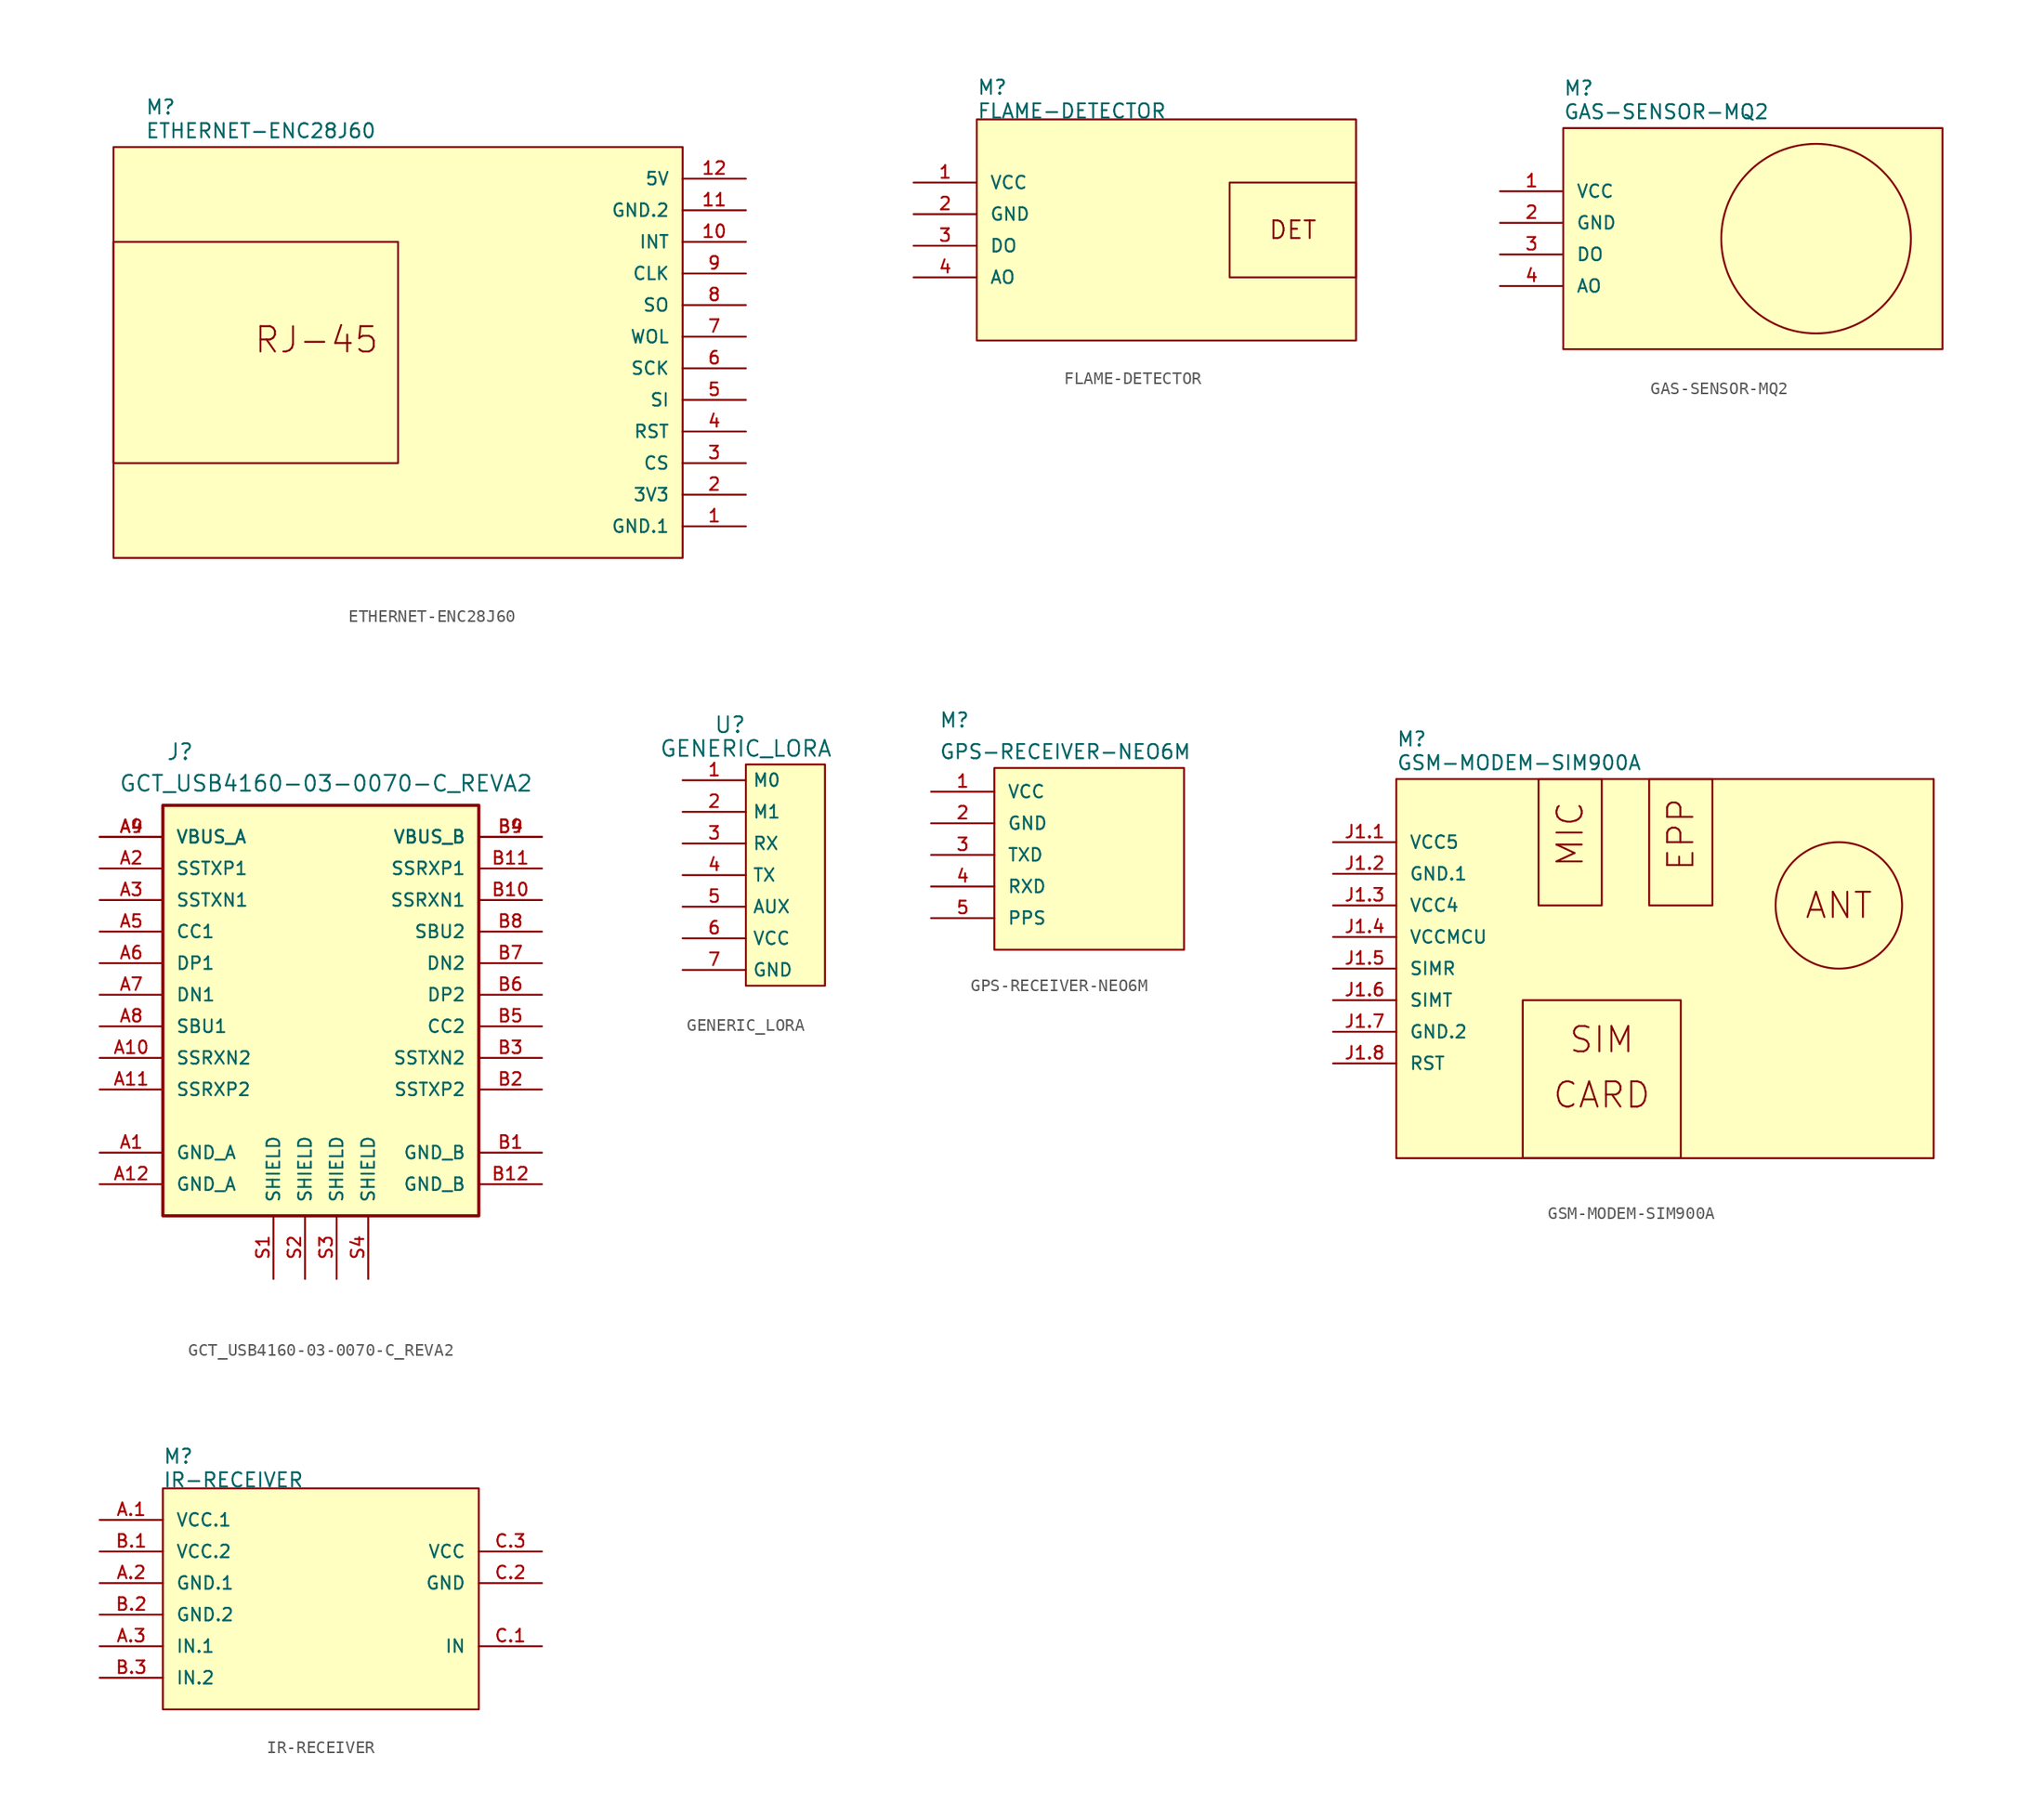
<source format=kicad_sym>
(kicad_symbol_lib
  (version 20231120)
  (generator "kicad_symbol_editor")
  (generator_version "8.0")
  (symbol "ETHERNET-ENC28J60"
    (pin_names
      (offset 1.016))
    (property "Reference" "M"
      (at -22.86 20.32 0)
      (effects (font (size 1.143 1.143)) (justify left bottom)))
    (property "Value" "ETHERNET-ENC28J60"
      (at -22.86 18.415 0)
      (effects (font (size 1.143 1.143)) (justify left bottom)))
    (property "ki_locked" ""
      (at 0 0 0)
      (effects (font (size 1.27 1.27))))
    (symbol "ETHERNET-ENC28J60_1_0"
      (rectangle (start -2.54 10.16) (end -25.4 -7.62) (stroke (width 0) (type default)) (fill (type none)))
      (rectangle (start 20.32 17.78) (end -25.4 -15.24) (stroke (width 0) (type default)) (fill (type background)))
      (text "RJ-45" (at -9.093 2.286 0) (effects (font (size 2.032 2.032)))))
    (symbol "ETHERNET-ENC28J60_1_1"
      (pin power_in line (at 25.4 -12.7 180) (length 5.08) (name "GND.1" (effects (font (size 1.016 1.016)))) (number "1" (effects (font (size 1.016 1.016)))))
      (pin bidirectional line (at 25.4 10.16 180) (length 5.08) (name "INT" (effects (font (size 1.016 1.016)))) (number "10" (effects (font (size 1.016 1.016)))))
      (pin power_in line (at 25.4 12.7 180) (length 5.08) (name "GND.2" (effects (font (size 1.016 1.016)))) (number "11" (effects (font (size 1.016 1.016)))))
      (pin power_in line (at 25.4 15.24 180) (length 5.08) (name "5V" (effects (font (size 1.016 1.016)))) (number "12" (effects (font (size 1.016 1.016)))))
      (pin power_in line (at 25.4 -10.16 180) (length 5.08) (name "3V3" (effects (font (size 1.016 1.016)))) (number "2" (effects (font (size 1.016 1.016)))))
      (pin bidirectional line (at 25.4 -7.62 180) (length 5.08) (name "CS" (effects (font (size 1.016 1.016)))) (number "3" (effects (font (size 1.016 1.016)))))
      (pin bidirectional line (at 25.4 -5.08 180) (length 5.08) (name "RST" (effects (font (size 1.016 1.016)))) (number "4" (effects (font (size 1.016 1.016)))))
      (pin bidirectional line (at 25.4 -2.54 180) (length 5.08) (name "SI" (effects (font (size 1.016 1.016)))) (number "5" (effects (font (size 1.016 1.016)))))
      (pin bidirectional line (at 25.4 0 180) (length 5.08) (name "SCK" (effects (font (size 1.016 1.016)))) (number "6" (effects (font (size 1.016 1.016)))))
      (pin bidirectional line (at 25.4 2.54 180) (length 5.08) (name "WOL" (effects (font (size 1.016 1.016)))) (number "7" (effects (font (size 1.016 1.016)))))
      (pin bidirectional line (at 25.4 5.08 180) (length 5.08) (name "SO" (effects (font (size 1.016 1.016)))) (number "8" (effects (font (size 1.016 1.016)))))
      (pin bidirectional line (at 25.4 7.62 180) (length 5.08) (name "CLK" (effects (font (size 1.016 1.016)))) (number "9" (effects (font (size 1.016 1.016)))))))
  (symbol "FLAME-DETECTOR"
    (pin_names
      (offset 1.016))
    (property "Reference" "M"
      (at -15.24 12.065 0)
      (effects (font (size 1.143 1.143)) (justify left bottom)))
    (property "Value" "FLAME-DETECTOR"
      (at -15.24 10.16 0)
      (effects (font (size 1.143 1.143)) (justify left bottom)))
    (property "ki_locked" ""
      (at 0 0 0)
      (effects (font (size 1.27 1.27))))
    (symbol "FLAME-DETECTOR_1_0"
      (rectangle (start -15.24 -7.62) (end 15.24 10.16) (stroke (width 0) (type default)) (fill (type background)))
      (rectangle (start 5.08 5.08) (end 15.24 -2.54) (stroke (width 0) (type default)) (fill (type none)))
      (text "DET" (at 10.16 1.27 0) (effects (font (size 1.422 1.422)))))
    (symbol "FLAME-DETECTOR_1_1"
      (pin power_in line (at -20.32 5.08 0) (length 5.08) (name "VCC" (effects (font (size 1.016 1.016)))) (number "1" (effects (font (size 1.016 1.016)))))
      (pin power_in line (at -20.32 2.54 0) (length 5.08) (name "GND" (effects (font (size 1.016 1.016)))) (number "2" (effects (font (size 1.016 1.016)))))
      (pin bidirectional line (at -20.32 0 0) (length 5.08) (name "DO" (effects (font (size 1.016 1.016)))) (number "3" (effects (font (size 1.016 1.016)))))
      (pin bidirectional line (at -20.32 -2.54 0) (length 5.08) (name "AO" (effects (font (size 1.016 1.016)))) (number "4" (effects (font (size 1.016 1.016)))))))
  (symbol "GAS-SENSOR-MQ2"
    (pin_names
      (offset 1.016))
    (property "Reference" "M"
      (at -15.24 10.16 0)
      (effects (font (size 1.143 1.143)) (justify left bottom)))
    (property "Value" "GAS-SENSOR-MQ2"
      (at -15.24 8.255 0)
      (effects (font (size 1.143 1.143)) (justify left bottom)))
    (property "ki_locked" ""
      (at 0 0 0)
      (effects (font (size 1.27 1.27))))
    (symbol "GAS-SENSOR-MQ2_1_1"
      (rectangle (start -15.24 7.62) (end 15.24 -10.16) (stroke (width 0) (type default)) (fill (type background)))
      (circle (center 5.08 -1.27) (radius 7.62) (stroke (width 0) (type default)) (fill (type background)))
      (pin power_in line (at -20.32 2.54 0) (length 5.08) (name "VCC" (effects (font (size 1.016 1.016)))) (number "1" (effects (font (size 1.016 1.016)))))
      (pin power_in line (at -20.32 0 0) (length 5.08) (name "GND" (effects (font (size 1.016 1.016)))) (number "2" (effects (font (size 1.016 1.016)))))
      (pin output line (at -20.32 -2.54 0) (length 5.08) (name "DO" (effects (font (size 1.016 1.016)))) (number "3" (effects (font (size 1.016 1.016)))))
      (pin output line (at -20.32 -5.08 0) (length 5.08) (name "AO" (effects (font (size 1.016 1.016)))) (number "4" (effects (font (size 1.016 1.016)))))))
  (symbol "GCT_USB4160-03-0070-C_REVA2"
    (pin_names
      (offset 1.016))
    (property "Reference" "J"
      (at -12.446 18.796 0)
      (effects (font (size 1.27 1.27)) (justify left bottom)))
    (property "Value" "GCT_USB4160-03-0070-C_REVA2"
      (at -16.256 16.256 0)
      (effects (font (size 1.27 1.27)) (justify left bottom)))
    (symbol "GCT_USB4160-03-0070-C_REVA2_0_0"
      (rectangle (start -12.7 -17.78) (end 12.7 15.24) (stroke (width 0.254) (type default)) (fill (type background)))
      (pin power_in line (at -17.78 -12.7 0) (length 5.08) (name "GND_A" (effects (font (size 1.016 1.016)))) (number "A1" (effects (font (size 1.016 1.016)))))
      (pin bidirectional line (at -17.78 -5.08 0) (length 5.08) (name "SSRXN2" (effects (font (size 1.016 1.016)))) (number "A10" (effects (font (size 1.016 1.016)))))
      (pin bidirectional line (at -17.78 -7.62 0) (length 5.08) (name "SSRXP2" (effects (font (size 1.016 1.016)))) (number "A11" (effects (font (size 1.016 1.016)))))
      (pin power_in line (at -17.78 -15.24 0) (length 5.08) (name "GND_A" (effects (font (size 1.016 1.016)))) (number "A12" (effects (font (size 1.016 1.016)))))
      (pin bidirectional line (at -17.78 10.16 0) (length 5.08) (name "SSTXP1" (effects (font (size 1.016 1.016)))) (number "A2" (effects (font (size 1.016 1.016)))))
      (pin bidirectional line (at -17.78 7.62 0) (length 5.08) (name "SSTXN1" (effects (font (size 1.016 1.016)))) (number "A3" (effects (font (size 1.016 1.016)))))
      (pin power_in line (at -17.78 12.7 0) (length 5.08) (name "VBUS_A" (effects (font (size 1.016 1.016)))) (number "A4" (effects (font (size 1.016 1.016)))))
      (pin bidirectional line (at -17.78 5.08 0) (length 5.08) (name "CC1" (effects (font (size 1.016 1.016)))) (number "A5" (effects (font (size 1.016 1.016)))))
      (pin bidirectional line (at -17.78 2.54 0) (length 5.08) (name "DP1" (effects (font (size 1.016 1.016)))) (number "A6" (effects (font (size 1.016 1.016)))))
      (pin bidirectional line (at -17.78 0 0) (length 5.08) (name "DN1" (effects (font (size 1.016 1.016)))) (number "A7" (effects (font (size 1.016 1.016)))))
      (pin bidirectional line (at -17.78 -2.54 0) (length 5.08) (name "SBU1" (effects (font (size 1.016 1.016)))) (number "A8" (effects (font (size 1.016 1.016)))))
      (pin power_in line (at -17.78 12.7 0) (length 5.08) (name "VBUS_A" (effects (font (size 1.016 1.016)))) (number "A9" (effects (font (size 1.016 1.016)))))
      (pin power_in line (at 17.78 -12.7 180) (length 5.08) (name "GND_B" (effects (font (size 1.016 1.016)))) (number "B1" (effects (font (size 1.016 1.016)))))
      (pin bidirectional line (at 17.78 7.62 180) (length 5.08) (name "SSRXN1" (effects (font (size 1.016 1.016)))) (number "B10" (effects (font (size 1.016 1.016)))))
      (pin bidirectional line (at 17.78 10.16 180) (length 5.08) (name "SSRXP1" (effects (font (size 1.016 1.016)))) (number "B11" (effects (font (size 1.016 1.016)))))
      (pin power_in line (at 17.78 -15.24 180) (length 5.08) (name "GND_B" (effects (font (size 1.016 1.016)))) (number "B12" (effects (font (size 1.016 1.016)))))
      (pin bidirectional line (at 17.78 -7.62 180) (length 5.08) (name "SSTXP2" (effects (font (size 1.016 1.016)))) (number "B2" (effects (font (size 1.016 1.016)))))
      (pin bidirectional line (at 17.78 -5.08 180) (length 5.08) (name "SSTXN2" (effects (font (size 1.016 1.016)))) (number "B3" (effects (font (size 1.016 1.016)))))
      (pin power_in line (at 17.78 12.7 180) (length 5.08) (name "VBUS_B" (effects (font (size 1.016 1.016)))) (number "B4" (effects (font (size 1.016 1.016)))))
      (pin bidirectional line (at 17.78 -2.54 180) (length 5.08) (name "CC2" (effects (font (size 1.016 1.016)))) (number "B5" (effects (font (size 1.016 1.016)))))
      (pin bidirectional line (at 17.78 0 180) (length 5.08) (name "DP2" (effects (font (size 1.016 1.016)))) (number "B6" (effects (font (size 1.016 1.016)))))
      (pin bidirectional line (at 17.78 2.54 180) (length 5.08) (name "DN2" (effects (font (size 1.016 1.016)))) (number "B7" (effects (font (size 1.016 1.016)))))
      (pin bidirectional line (at 17.78 5.08 180) (length 5.08) (name "SBU2" (effects (font (size 1.016 1.016)))) (number "B8" (effects (font (size 1.016 1.016)))))
      (pin power_in line (at 17.78 12.7 180) (length 5.08) (name "VBUS_B" (effects (font (size 1.016 1.016)))) (number "B9" (effects (font (size 1.016 1.016)))))
      (pin passive line (at -3.81 -22.86 90) (length 5.08) (name "SHIELD" (effects (font (size 1.016 1.016)))) (number "S1" (effects (font (size 1.016 1.016)))))
      (pin passive line (at -1.27 -22.86 90) (length 5.08) (name "SHIELD" (effects (font (size 1.016 1.016)))) (number "S2" (effects (font (size 1.016 1.016)))))
      (pin passive line (at 1.27 -22.86 90) (length 5.08) (name "SHIELD" (effects (font (size 1.016 1.016)))) (number "S3" (effects (font (size 1.016 1.016)))))
      (pin passive line (at 3.81 -22.86 90) (length 5.08) (name "SHIELD" (effects (font (size 1.016 1.016)))) (number "S4" (effects (font (size 1.016 1.016)))))))
  (symbol "GENERIC_LORA"
    (property "Reference" "U"
      (at -1.27 12.065 0)
      (effects (font (size 1.27 1.27))))
    (property "Value" "GENERIC_LORA"
      (at 0 10.16 0)
      (effects (font (size 1.27 1.27))))
    (symbol "GENERIC_LORA_0_1"
      (rectangle (start 0 8.89) (end 6.35 -8.89) (stroke (width 0) (type default)) (fill (type background))))
    (symbol "GENERIC_LORA_1_1"
      (pin input line (at -5.08 7.62 0) (length 5.08) (name "M0" (effects (font (size 1.016 1.016)))) (number "1" (effects (font (size 1.016 1.016)))))
      (pin input line (at -5.08 5.08 0) (length 5.08) (name "M1" (effects (font (size 1.016 1.016)))) (number "2" (effects (font (size 1.016 1.016)))))
      (pin input line (at -5.08 2.54 0) (length 5.08) (name "RX" (effects (font (size 1.016 1.016)))) (number "3" (effects (font (size 1.016 1.016)))))
      (pin output line (at -5.08 0 0) (length 5.08) (name "TX" (effects (font (size 1.016 1.016)))) (number "4" (effects (font (size 1.016 1.016)))))
      (pin output line (at -5.08 -2.54 0) (length 5.08) (name "AUX" (effects (font (size 1.016 1.016)))) (number "5" (effects (font (size 1.016 1.016)))))
      (pin input line (at -5.08 -5.08 0) (length 5.08) (name "VCC" (effects (font (size 1.016 1.016)))) (number "6" (effects (font (size 1.016 1.016)))))
      (pin input line (at -5.08 -7.62 0) (length 5.08) (name "GND" (effects (font (size 1.016 1.016)))) (number "7" (effects (font (size 1.016 1.016)))))))
  (symbol "GPS-RECEIVER-NEO6M"
    (pin_names
      (offset 1.016))
    (property "Reference" "M"
      (at -8.89 10.16 0)
      (effects (font (size 1.143 1.143)) (justify left bottom)))
    (property "Value" "GPS-RECEIVER-NEO6M"
      (at -8.89 7.62 0)
      (effects (font (size 1.143 1.143)) (justify left bottom)))
    (property "ki_locked" ""
      (at 0 0 0)
      (effects (font (size 1.27 1.27))))
    (symbol "GPS-RECEIVER-NEO6M_1_1"
      (rectangle (start -4.445 6.985) (end 10.795 -7.62) (stroke (width 0) (type default)) (fill (type background)))
      (pin bidirectional line (at -9.525 5.08 0) (length 5.08) (name "VCC" (effects (font (size 1.016 1.016)))) (number "1" (effects (font (size 1.016 1.016)))))
      (pin bidirectional line (at -9.525 2.54 0) (length 5.08) (name "GND" (effects (font (size 1.016 1.016)))) (number "2" (effects (font (size 1.016 1.016)))))
      (pin bidirectional line (at -9.525 0 0) (length 5.08) (name "TXD" (effects (font (size 1.016 1.016)))) (number "3" (effects (font (size 1.016 1.016)))))
      (pin power_in line (at -9.525 -2.54 0) (length 5.08) (name "RXD" (effects (font (size 1.016 1.016)))) (number "4" (effects (font (size 1.016 1.016)))))
      (pin power_in line (at -9.525 -5.08 0) (length 5.08) (name "PPS" (effects (font (size 1.016 1.016)))) (number "5" (effects (font (size 1.016 1.016)))))))
  (symbol "GSM-MODEM-SIM900A"
    (pin_names
      (offset 1.016))
    (property "Reference" "M"
      (at -17.78 20.32 0)
      (effects (font (size 1.143 1.143)) (justify left bottom)))
    (property "Value" "GSM-MODEM-SIM900A"
      (at -17.78 18.415 0)
      (effects (font (size 1.143 1.143)) (justify left bottom)))
    (property "ki_locked" ""
      (at 0 0 0)
      (effects (font (size 1.27 1.27))))
    (symbol "GSM-MODEM-SIM900A_1_0"
      (rectangle (start -7.62 0) (end 5.08 -12.7) (stroke (width 0) (type default)) (fill (type none)))
      (rectangle (start -1.27 7.62) (end -6.35 17.78) (stroke (width 0) (type default)) (fill (type none)))
      (rectangle (start 2.54 7.62) (end 7.62 17.78) (stroke (width 0) (type default)) (fill (type none)))
      (rectangle (start 25.4 -12.7) (end -17.78 17.78) (stroke (width 0) (type default)) (fill (type background)))
      (text "ANT" (at 17.78 7.62 0) (effects (font (size 2.032 2.032))))
      (text "CARD" (at -1.27 -7.62 0) (effects (font (size 2.032 2.032))))
      (text "EPP" (at 5.08 13.335 900) (effects (font (size 2.032 2.032))))
      (text "MIC" (at -3.81 13.335 900) (effects (font (size 2.032 2.032))))
      (text "SIM" (at -1.27 -3.175 0) (effects (font (size 2.032 2.032)))))
    (symbol "GSM-MODEM-SIM900A_1_1"
      (circle (center 17.78 7.62) (radius 5.08) (stroke (width 0) (type default)) (fill (type none)))
      (pin power_in line (at -22.86 12.7 0) (length 5.08) (name "VCC5" (effects (font (size 1.016 1.016)))) (number "J1.1" (effects (font (size 1.016 1.016)))))
      (pin power_in line (at -22.86 10.16 0) (length 5.08) (name "GND.1" (effects (font (size 1.016 1.016)))) (number "J1.2" (effects (font (size 1.016 1.016)))))
      (pin power_in line (at -22.86 7.62 0) (length 5.08) (name "VCC4" (effects (font (size 1.016 1.016)))) (number "J1.3" (effects (font (size 1.016 1.016)))))
      (pin power_in line (at -22.86 5.08 0) (length 5.08) (name "VCCMCU" (effects (font (size 1.016 1.016)))) (number "J1.4" (effects (font (size 1.016 1.016)))))
      (pin bidirectional line (at -22.86 2.54 0) (length 5.08) (name "SIMR" (effects (font (size 1.016 1.016)))) (number "J1.5" (effects (font (size 1.016 1.016)))))
      (pin bidirectional line (at -22.86 0 0) (length 5.08) (name "SIMT" (effects (font (size 1.016 1.016)))) (number "J1.6" (effects (font (size 1.016 1.016)))))
      (pin power_in line (at -22.86 -2.54 0) (length 5.08) (name "GND.2" (effects (font (size 1.016 1.016)))) (number "J1.7" (effects (font (size 1.016 1.016)))))
      (pin bidirectional line (at -22.86 -5.08 0) (length 5.08) (name "RST" (effects (font (size 1.016 1.016)))) (number "J1.8" (effects (font (size 1.016 1.016)))))))
  (symbol "IR-RECEIVER"
    (pin_names
      (offset 1.016))
    (property "Reference" "M"
      (at -12.7 9.525 0)
      (effects (font (size 1.143 1.143)) (justify left bottom)))
    (property "Value" "IR-RECEIVER"
      (at -12.7 7.62 0)
      (effects (font (size 1.143 1.143)) (justify left bottom)))
    (property "ki_locked" ""
      (at 0 0 0)
      (effects (font (size 1.27 1.27))))
    (symbol "IR-RECEIVER_1_0"
      (rectangle (start -12.7 7.62) (end 12.7 -10.16) (stroke (width 0) (type default)) (fill (type background))))
    (symbol "IR-RECEIVER_1_1"
      (pin bidirectional line (at -17.78 5.08 0) (length 5.08) (name "VCC.1" (effects (font (size 1.016 1.016)))) (number "A.1" (effects (font (size 1.016 1.016)))))
      (pin bidirectional line (at -17.78 0 0) (length 5.08) (name "GND.1" (effects (font (size 1.016 1.016)))) (number "A.2" (effects (font (size 1.016 1.016)))))
      (pin bidirectional line (at -17.78 -5.08 0) (length 5.08) (name "IN.1" (effects (font (size 1.016 1.016)))) (number "A.3" (effects (font (size 1.016 1.016)))))
      (pin bidirectional line (at -17.78 2.54 0) (length 5.08) (name "VCC.2" (effects (font (size 1.016 1.016)))) (number "B.1" (effects (font (size 1.016 1.016)))))
      (pin bidirectional line (at -17.78 -2.54 0) (length 5.08) (name "GND.2" (effects (font (size 1.016 1.016)))) (number "B.2" (effects (font (size 1.016 1.016)))))
      (pin bidirectional line (at -17.78 -7.62 0) (length 5.08) (name "IN.2" (effects (font (size 1.016 1.016)))) (number "B.3" (effects (font (size 1.016 1.016)))))
      (pin bidirectional line (at 17.78 -5.08 180) (length 5.08) (name "IN" (effects (font (size 1.016 1.016)))) (number "C.1" (effects (font (size 1.016 1.016)))))
      (pin bidirectional line (at 17.78 0 180) (length 5.08) (name "GND" (effects (font (size 1.016 1.016)))) (number "C.2" (effects (font (size 1.016 1.016)))))
      (pin bidirectional line (at 17.78 2.54 180) (length 5.08) (name "VCC" (effects (font (size 1.016 1.016)))) (number "C.3" (effects (font (size 1.016 1.016))))))))
</source>
